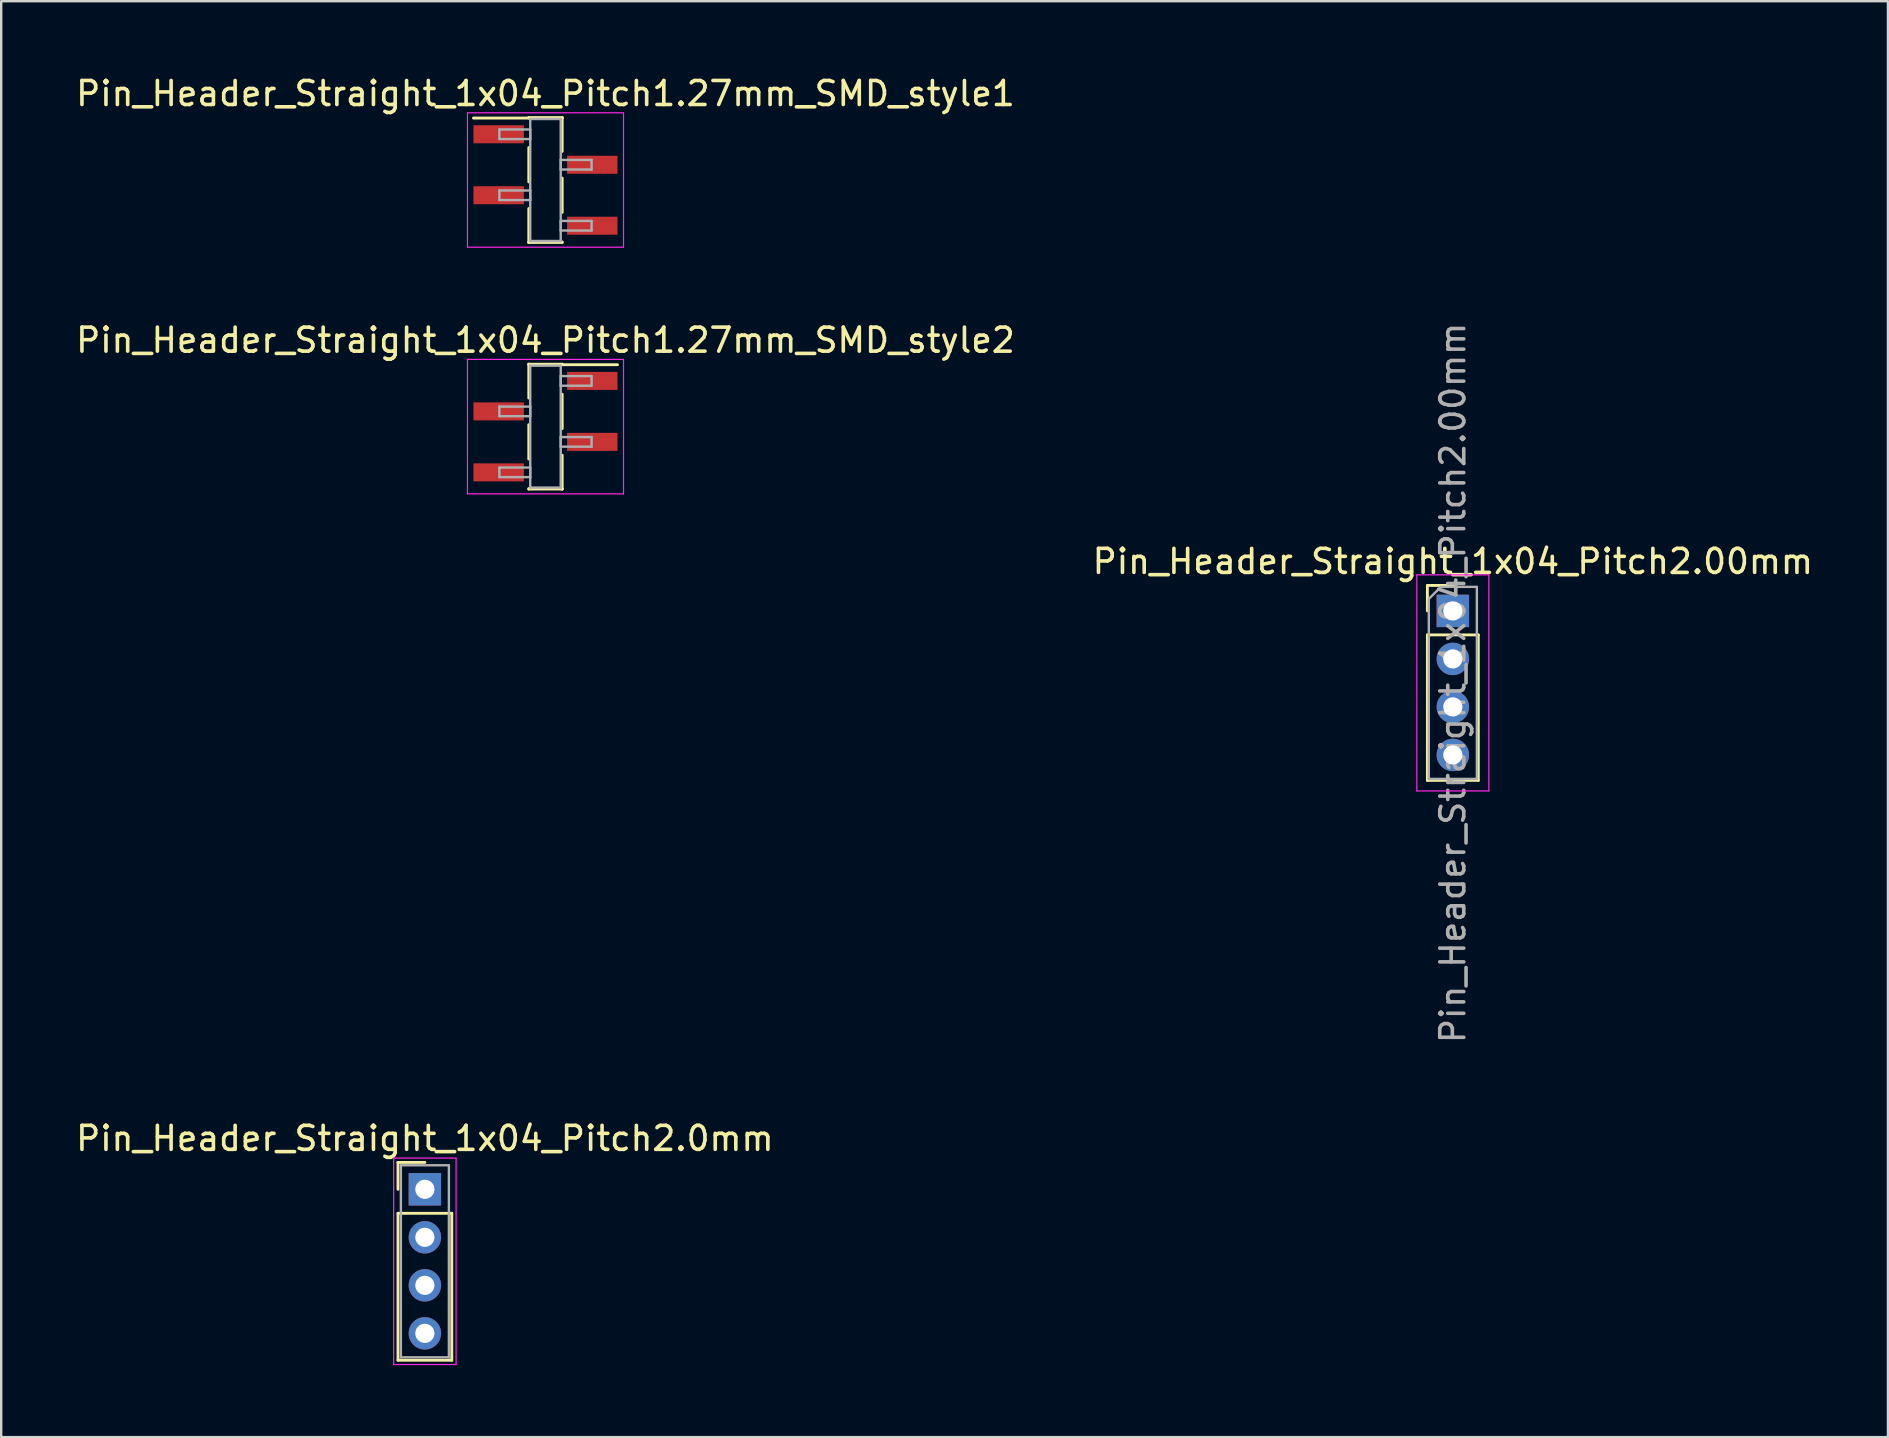
<source format=kicad_pcb>
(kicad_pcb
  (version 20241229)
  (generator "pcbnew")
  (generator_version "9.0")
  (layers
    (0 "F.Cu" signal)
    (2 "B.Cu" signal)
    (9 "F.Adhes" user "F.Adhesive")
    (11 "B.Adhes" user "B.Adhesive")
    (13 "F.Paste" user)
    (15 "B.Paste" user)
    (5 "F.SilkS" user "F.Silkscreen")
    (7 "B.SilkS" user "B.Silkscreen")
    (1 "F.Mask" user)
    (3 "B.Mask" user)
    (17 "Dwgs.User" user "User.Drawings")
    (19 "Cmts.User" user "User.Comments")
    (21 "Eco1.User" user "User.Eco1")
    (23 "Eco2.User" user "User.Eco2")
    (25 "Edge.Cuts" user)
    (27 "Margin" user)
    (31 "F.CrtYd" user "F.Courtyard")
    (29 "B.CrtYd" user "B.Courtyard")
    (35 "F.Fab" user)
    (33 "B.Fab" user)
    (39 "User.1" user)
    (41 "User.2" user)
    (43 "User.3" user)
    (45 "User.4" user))
  (footprint "Pin_Header_Straight_1x04_Pitch1.27mm_SMD_style2"
    (layer "F.Cu")
    (at 19.673 14.722)
    (property "Reference" "Pin_Header_Straight_1x04_Pitch1.27mm_SMD_style2" (at 0 -3.6 0) (layer "F.SilkS") (effects (font (size 1 1) (thickness 0.15))))
    (attr smd)
    (fp_line (start -0.695 -2.6) (end -0.695 -1.19) (stroke (width 0.12) (type solid)) (layer "F.SilkS"))
    (fp_line (start -0.695 -2.6) (end 0.695 -2.6) (stroke (width 0.12) (type solid)) (layer "F.SilkS"))
    (fp_line (start -0.695 -2.58) (end -0.695 -2.6) (stroke (width 0.12) (type solid)) (layer "F.SilkS"))
    (fp_line (start -0.695 -0.08) (end -0.695 1.35) (stroke (width 0.12) (type solid)) (layer "F.SilkS"))
    (fp_line (start -0.695 2.58) (end -0.695 2.6) (stroke (width 0.12) (type solid)) (layer "F.SilkS"))
    (fp_line (start -0.695 2.6) (end 0.695 2.6) (stroke (width 0.12) (type solid)) (layer "F.SilkS"))
    (fp_line (start 0.695 -2.6) (end 0.695 -2.58) (stroke (width 0.12) (type solid)) (layer "F.SilkS"))
    (fp_line (start 0.695 -2.58) (end 3 -2.58) (stroke (width 0.12) (type solid)) (layer "F.SilkS"))
    (fp_line (start 0.695 -1.35) (end 0.695 0.08) (stroke (width 0.12) (type solid)) (layer "F.SilkS"))
    (fp_line (start 0.695 1.19) (end 0.695 2.6) (stroke (width 0.12) (type solid)) (layer "F.SilkS"))
    (fp_line (start 0.695 2.6) (end 0.695 2.58) (stroke (width 0.12) (type solid)) (layer "F.SilkS"))
    (fp_line (start -3.25 -2.8) (end -3.25 2.8) (stroke (width 0.05) (type solid)) (layer "F.CrtYd"))
    (fp_line (start -3.25 2.8) (end 3.25 2.8) (stroke (width 0.05) (type solid)) (layer "F.CrtYd"))
    (fp_line (start 3.25 -2.8) (end -3.25 -2.8) (stroke (width 0.05) (type solid)) (layer "F.CrtYd"))
    (fp_line (start 3.25 2.8) (end 3.25 -2.8) (stroke (width 0.05) (type solid)) (layer "F.CrtYd"))
    (fp_line (start -1.92 -0.835) (end -0.635 -0.835) (stroke (width 0.1) (type solid)) (layer "F.Fab"))
    (fp_line (start -1.92 -0.435) (end -1.92 -0.835) (stroke (width 0.1) (type solid)) (layer "F.Fab"))
    (fp_line (start -1.92 1.705) (end -0.635 1.705) (stroke (width 0.1) (type solid)) (layer "F.Fab"))
    (fp_line (start -1.92 2.105) (end -1.92 1.705) (stroke (width 0.1) (type solid)) (layer "F.Fab"))
    (fp_line (start -0.635 -2.54) (end -0.635 2.54) (stroke (width 0.1) (type solid)) (layer "F.Fab"))
    (fp_line (start -0.635 -0.835) (end -0.635 -0.435) (stroke (width 0.1) (type solid)) (layer "F.Fab"))
    (fp_line (start -0.635 -0.435) (end -1.92 -0.435) (stroke (width 0.1) (type solid)) (layer "F.Fab"))
    (fp_line (start -0.635 1.705) (end -0.635 2.105) (stroke (width 0.1) (type solid)) (layer "F.Fab"))
    (fp_line (start -0.635 2.105) (end -1.92 2.105) (stroke (width 0.1) (type solid)) (layer "F.Fab"))
    (fp_line (start -0.635 2.54) (end 0.635 2.54) (stroke (width 0.1) (type solid)) (layer "F.Fab"))
    (fp_line (start 0.635 -2.54) (end -0.635 -2.54) (stroke (width 0.1) (type solid)) (layer "F.Fab"))
    (fp_line (start 0.635 -2.105) (end 0.635 -1.705) (stroke (width 0.1) (type solid)) (layer "F.Fab"))
    (fp_line (start 0.635 -1.705) (end 1.92 -1.705) (stroke (width 0.1) (type solid)) (layer "F.Fab"))
    (fp_line (start 0.635 0.435) (end 0.635 0.835) (stroke (width 0.1) (type solid)) (layer "F.Fab"))
    (fp_line (start 0.635 0.835) (end 1.92 0.835) (stroke (width 0.1) (type solid)) (layer "F.Fab"))
    (fp_line (start 0.635 2.54) (end 0.635 -2.54) (stroke (width 0.1) (type solid)) (layer "F.Fab"))
    (fp_line (start 1.92 -2.105) (end 0.635 -2.105) (stroke (width 0.1) (type solid)) (layer "F.Fab"))
    (fp_line (start 1.92 -1.705) (end 1.92 -2.105) (stroke (width 0.1) (type solid)) (layer "F.Fab"))
    (fp_line (start 1.92 0.435) (end 0.635 0.435) (stroke (width 0.1) (type solid)) (layer "F.Fab"))
    (fp_line (start 1.92 0.835) (end 1.92 0.435) (stroke (width 0.1) (type solid)) (layer "F.Fab"))
    (pad "1" smd rect (at 1.95 -1.905) (size 2.1 0.75) (layers "F.Cu" "F.Mask"))
    (pad "2" smd rect (at -1.95 -0.635) (size 2.1 0.75) (layers "F.Cu" "F.Mask"))
    (pad "3" smd rect (at 1.95 0.635) (size 2.1 0.75) (layers "F.Cu" "F.Mask"))
    (pad "4" smd rect (at -1.95 1.905) (size 2.1 0.75) (layers "F.Cu" "F.Mask")))
  (footprint "Pin_Header_Straight_1x04_Pitch2.00mm"
    (layer "F.Cu")
    (at 57.47 22.398)
    (property "Reference" "Pin_Header_Straight_1x04_Pitch2.00mm" (at 0 -2.06 0) (layer "F.SilkS") (effects (font (size 1 1) (thickness 0.15))))
    (attr through_hole)
    (fp_line (start -1.06 -1.06) (end 0 -1.06) (stroke (width 0.12) (type solid)) (layer "F.SilkS"))
    (fp_line (start -1.06 0) (end -1.06 -1.06) (stroke (width 0.12) (type solid)) (layer "F.SilkS"))
    (fp_line (start -1.06 1) (end -1.06 7.06) (stroke (width 0.12) (type solid)) (layer "F.SilkS"))
    (fp_line (start -1.06 7.06) (end 1.06 7.06) (stroke (width 0.12) (type solid)) (layer "F.SilkS"))
    (fp_line (start 1.06 1) (end -1.06 1) (stroke (width 0.12) (type solid)) (layer "F.SilkS"))
    (fp_line (start 1.06 7.06) (end 1.06 1) (stroke (width 0.12) (type solid)) (layer "F.SilkS"))
    (fp_line (start -1.5 -1.5) (end -1.5 7.5) (stroke (width 0.05) (type solid)) (layer "F.CrtYd"))
    (fp_line (start -1.5 7.5) (end 1.5 7.5) (stroke (width 0.05) (type solid)) (layer "F.CrtYd"))
    (fp_line (start 1.5 -1.5) (end -1.5 -1.5) (stroke (width 0.05) (type solid)) (layer "F.CrtYd"))
    (fp_line (start 1.5 7.5) (end 1.5 -1.5) (stroke (width 0.05) (type solid)) (layer "F.CrtYd"))
    (fp_line (start -1 -0.5) (end -0.5 -1) (stroke (width 0.1) (type solid)) (layer "F.Fab"))
    (fp_line (start -1 7) (end -1 -0.5) (stroke (width 0.1) (type solid)) (layer "F.Fab"))
    (fp_line (start -0.5 -1) (end 1 -1) (stroke (width 0.1) (type solid)) (layer "F.Fab"))
    (fp_line (start 1 -1) (end 1 7) (stroke (width 0.1) (type solid)) (layer "F.Fab"))
    (fp_line (start 1 7) (end -1 7) (stroke (width 0.1) (type solid)) (layer "F.Fab"))
    (fp_text user "${REFERENCE}" (at 0 3 90) (layer "F.Fab") (effects (font (size 1 1) (thickness 0.15))))
    (pad "1" thru_hole rect (at 0 0) (size 1.35 1.35) (drill 0.8) (layers "*.Cu" "*.Mask"))
    (pad "2" thru_hole oval (at 0 2) (size 1.35 1.35) (drill 0.8) (layers "*.Cu" "*.Mask"))
    (pad "3" thru_hole oval (at 0 4) (size 1.35 1.35) (drill 0.8) (layers "*.Cu" "*.Mask"))
    (pad "4" thru_hole oval (at 0 6) (size 1.35 1.35) (drill 0.8) (layers "*.Cu" "*.Mask")))
  (footprint "Pin_Header_Straight_1x04_Pitch1.27mm_SMD_style1"
    (layer "F.Cu")
    (at 19.673 4.448)
    (property "Reference" "Pin_Header_Straight_1x04_Pitch1.27mm_SMD_style1" (at 0 -3.6 0) (layer "F.SilkS") (effects (font (size 1 1) (thickness 0.15))))
    (attr smd)
    (fp_line (start -0.695 -2.6) (end 0.695 -2.6) (stroke (width 0.12) (type solid)) (layer "F.SilkS"))
    (fp_line (start -0.695 -2.58) (end -3 -2.58) (stroke (width 0.12) (type solid)) (layer "F.SilkS"))
    (fp_line (start -0.695 -2.58) (end -0.695 -2.6) (stroke (width 0.12) (type solid)) (layer "F.SilkS"))
    (fp_line (start -0.695 -1.35) (end -0.695 0.08) (stroke (width 0.12) (type solid)) (layer "F.SilkS"))
    (fp_line (start -0.695 1.19) (end -0.695 2.6) (stroke (width 0.12) (type solid)) (layer "F.SilkS"))
    (fp_line (start -0.695 2.58) (end -0.695 2.6) (stroke (width 0.12) (type solid)) (layer "F.SilkS"))
    (fp_line (start -0.695 2.6) (end 0.695 2.6) (stroke (width 0.12) (type solid)) (layer "F.SilkS"))
    (fp_line (start 0.695 -2.6) (end 0.695 -2.58) (stroke (width 0.12) (type solid)) (layer "F.SilkS"))
    (fp_line (start 0.695 -2.6) (end 0.695 -1.19) (stroke (width 0.12) (type solid)) (layer "F.SilkS"))
    (fp_line (start 0.695 -0.08) (end 0.695 1.35) (stroke (width 0.12) (type solid)) (layer "F.SilkS"))
    (fp_line (start 0.695 2.6) (end 0.695 2.58) (stroke (width 0.12) (type solid)) (layer "F.SilkS"))
    (fp_line (start -3.25 -2.8) (end -3.25 2.8) (stroke (width 0.05) (type solid)) (layer "F.CrtYd"))
    (fp_line (start -3.25 2.8) (end 3.25 2.8) (stroke (width 0.05) (type solid)) (layer "F.CrtYd"))
    (fp_line (start 3.25 -2.8) (end -3.25 -2.8) (stroke (width 0.05) (type solid)) (layer "F.CrtYd"))
    (fp_line (start 3.25 2.8) (end 3.25 -2.8) (stroke (width 0.05) (type solid)) (layer "F.CrtYd"))
    (fp_line (start -1.92 -2.105) (end -0.635 -2.105) (stroke (width 0.1) (type solid)) (layer "F.Fab"))
    (fp_line (start -1.92 -1.705) (end -1.92 -2.105) (stroke (width 0.1) (type solid)) (layer "F.Fab"))
    (fp_line (start -1.92 0.435) (end -0.635 0.435) (stroke (width 0.1) (type solid)) (layer "F.Fab"))
    (fp_line (start -1.92 0.835) (end -1.92 0.435) (stroke (width 0.1) (type solid)) (layer "F.Fab"))
    (fp_line (start -0.635 -2.54) (end -0.635 2.54) (stroke (width 0.1) (type solid)) (layer "F.Fab"))
    (fp_line (start -0.635 -2.105) (end -0.635 -1.705) (stroke (width 0.1) (type solid)) (layer "F.Fab"))
    (fp_line (start -0.635 -1.705) (end -1.92 -1.705) (stroke (width 0.1) (type solid)) (layer "F.Fab"))
    (fp_line (start -0.635 0.435) (end -0.635 0.835) (stroke (width 0.1) (type solid)) (layer "F.Fab"))
    (fp_line (start -0.635 0.835) (end -1.92 0.835) (stroke (width 0.1) (type solid)) (layer "F.Fab"))
    (fp_line (start -0.635 2.54) (end 0.635 2.54) (stroke (width 0.1) (type solid)) (layer "F.Fab"))
    (fp_line (start 0.635 -2.54) (end -0.635 -2.54) (stroke (width 0.1) (type solid)) (layer "F.Fab"))
    (fp_line (start 0.635 -0.835) (end 0.635 -0.435) (stroke (width 0.1) (type solid)) (layer "F.Fab"))
    (fp_line (start 0.635 -0.435) (end 1.92 -0.435) (stroke (width 0.1) (type solid)) (layer "F.Fab"))
    (fp_line (start 0.635 1.705) (end 0.635 2.105) (stroke (width 0.1) (type solid)) (layer "F.Fab"))
    (fp_line (start 0.635 2.105) (end 1.92 2.105) (stroke (width 0.1) (type solid)) (layer "F.Fab"))
    (fp_line (start 0.635 2.54) (end 0.635 -2.54) (stroke (width 0.1) (type solid)) (layer "F.Fab"))
    (fp_line (start 1.92 -0.835) (end 0.635 -0.835) (stroke (width 0.1) (type solid)) (layer "F.Fab"))
    (fp_line (start 1.92 -0.435) (end 1.92 -0.835) (stroke (width 0.1) (type solid)) (layer "F.Fab"))
    (fp_line (start 1.92 1.705) (end 0.635 1.705) (stroke (width 0.1) (type solid)) (layer "F.Fab"))
    (fp_line (start 1.92 2.105) (end 1.92 1.705) (stroke (width 0.1) (type solid)) (layer "F.Fab"))
    (pad "1" smd rect (at -1.95 -1.905) (size 2.1 0.75) (layers "F.Cu" "F.Mask"))
    (pad "2" smd rect (at 1.95 -0.635) (size 2.1 0.75) (layers "F.Cu" "F.Mask"))
    (pad "3" smd rect (at -1.95 0.635) (size 2.1 0.75) (layers "F.Cu" "F.Mask"))
    (pad "4" smd rect (at 1.95 1.905) (size 2.1 0.75) (layers "F.Cu" "F.Mask")))
  (footprint "Pin_Header_Straight_1x04_Pitch2.0mm"
    (layer "F.Cu")
    (at 14.649 46.492)
    (property "Reference" "Pin_Header_Straight_1x04_Pitch2.0mm" (at 0 -2.12 0) (layer "F.SilkS") (effects (font (size 1 1) (thickness 0.15))))
    (attr through_hole)
    (fp_line (start -1.12 -1.12) (end 0 -1.12) (stroke (width 0.12) (type solid)) (layer "F.SilkS"))
    (fp_line (start -1.12 0) (end -1.12 -1.12) (stroke (width 0.12) (type solid)) (layer "F.SilkS"))
    (fp_line (start -1.12 1) (end -1.12 7.12) (stroke (width 0.12) (type solid)) (layer "F.SilkS"))
    (fp_line (start -1.12 7.12) (end 1.12 7.12) (stroke (width 0.12) (type solid)) (layer "F.SilkS"))
    (fp_line (start 1.12 1) (end -1.12 1) (stroke (width 0.12) (type solid)) (layer "F.SilkS"))
    (fp_line (start 1.12 7.12) (end 1.12 1) (stroke (width 0.12) (type solid)) (layer "F.SilkS"))
    (fp_line (start -1.3 -1.3) (end -1.3 7.3) (stroke (width 0.05) (type solid)) (layer "F.CrtYd"))
    (fp_line (start -1.3 7.3) (end 1.3 7.3) (stroke (width 0.05) (type solid)) (layer "F.CrtYd"))
    (fp_line (start 1.3 -1.3) (end -1.3 -1.3) (stroke (width 0.05) (type solid)) (layer "F.CrtYd"))
    (fp_line (start 1.3 7.3) (end 1.3 -1.3) (stroke (width 0.05) (type solid)) (layer "F.CrtYd"))
    (fp_line (start -1 -1) (end -1 7) (stroke (width 0.1) (type solid)) (layer "F.Fab"))
    (fp_line (start -1 7) (end 1 7) (stroke (width 0.1) (type solid)) (layer "F.Fab"))
    (fp_line (start 1 -1) (end -1 -1) (stroke (width 0.1) (type solid)) (layer "F.Fab"))
    (fp_line (start 1 7) (end 1 -1) (stroke (width 0.1) (type solid)) (layer "F.Fab"))
    (pad "1" thru_hole rect (at 0 0) (size 1.35 1.35) (drill 0.8) (layers "*.Cu" "*.Mask"))
    (pad "2" thru_hole oval (at 0 2) (size 1.35 1.35) (drill 0.8) (layers "*.Cu" "*.Mask"))
    (pad "3" thru_hole oval (at 0 4) (size 1.35 1.35) (drill 0.8) (layers "*.Cu" "*.Mask"))
    (pad "4" thru_hole oval (at 0 6) (size 1.35 1.35) (drill 0.8) (layers "*.Cu" "*.Mask")))
  (gr_rect
    (start -3 -3)
    (end 75.595 56.817)
    (stroke (width 0.1) (type default))
    (fill no)
    (layer "Edge.Cuts")))
</source>
